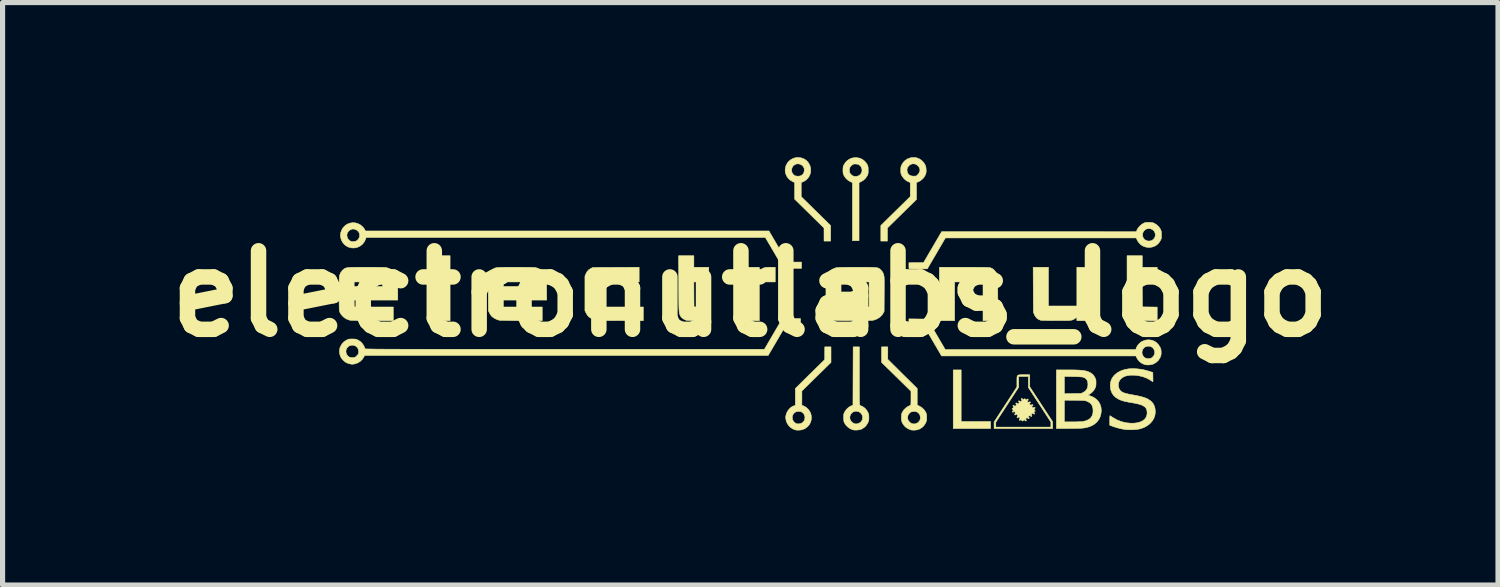
<source format=kicad_pcb>
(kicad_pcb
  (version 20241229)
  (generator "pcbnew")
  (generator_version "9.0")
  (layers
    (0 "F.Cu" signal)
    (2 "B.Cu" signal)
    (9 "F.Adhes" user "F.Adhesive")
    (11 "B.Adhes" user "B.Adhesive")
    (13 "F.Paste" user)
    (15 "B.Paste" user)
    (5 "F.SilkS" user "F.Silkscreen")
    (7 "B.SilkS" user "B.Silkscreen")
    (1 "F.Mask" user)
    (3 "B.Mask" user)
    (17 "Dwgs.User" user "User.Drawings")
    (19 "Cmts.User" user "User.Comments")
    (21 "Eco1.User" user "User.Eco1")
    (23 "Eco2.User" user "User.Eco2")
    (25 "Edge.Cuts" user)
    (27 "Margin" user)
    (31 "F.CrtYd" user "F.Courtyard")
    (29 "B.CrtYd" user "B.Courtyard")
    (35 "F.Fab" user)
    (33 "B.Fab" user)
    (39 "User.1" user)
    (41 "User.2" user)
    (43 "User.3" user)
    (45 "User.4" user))
  (footprint "electronutlabs_logo"
    (layer "F.Cu")
    (at 11.51 2.651)
    (property "Reference" "electronutlabs_logo" (at 0 0 0) (layer "F.SilkS") (effects (font (size 1.524 1.524) (thickness 0.3))))
    (attr through_hole)
    (fp_poly (pts (xy -5.826 0.522) (xy -6.122 0.522) (xy -6.122 -0.738) (xy -5.826 -0.738) (xy -5.826 0.522)) (stroke (width 0.01) (type solid)) (fill yes) (layer "F.SilkS"))
    (fp_poly (pts (xy 4.092 2.479) (xy 4.663 2.479) (xy 4.663 2.615) (xy 3.938 2.615) (xy 3.938 1.477) (xy 4.092 1.477) (xy 4.092 2.479)) (stroke (width 0.01) (type solid)) (fill yes) (layer "F.SilkS"))
    (fp_poly (pts (xy 0.176 -0.485) (xy 0.178 -0.455) (xy 0.215 -0.478) (xy 0.238 -0.492) (xy 0.259 -0.501) (xy 0.281 -0.508) (xy 0.307 -0.512) (xy 0.339 -0.514) (xy 0.382 -0.515) (xy 0.391 -0.515) (xy 0.484 -0.515) (xy 0.484 -0.23) (xy 0.175 -0.23) (xy 0.175 0.522) (xy -0.121 0.522) (xy -0.121 -0.515) (xy 0.174 -0.515) (xy 0.176 -0.485)) (stroke (width 0.01) (type solid)) (fill yes) (layer "F.SilkS"))
    (fp_poly (pts (xy 4.242 -0.515) (xy 4.323 -0.515) (xy 4.392 -0.514) (xy 4.451 -0.514) (xy 4.501 -0.514) (xy 4.541 -0.513) (xy 4.575 -0.512) (xy 4.601 -0.511) (xy 4.622 -0.51) (xy 4.638 -0.509) (xy 4.65 -0.507) (xy 4.659 -0.505) (xy 4.663 -0.504) (xy 4.702 -0.486) (xy 4.737 -0.456) (xy 4.767 -0.418) (xy 4.782 -0.391) (xy 4.801 -0.349) (xy 4.803 0.086) (xy 4.805 0.522) (xy 4.516 0.522) (xy 4.516 -0.23) (xy 3.965 -0.23) (xy 3.965 0.522) (xy 3.669 0.522) (xy 3.669 -0.515) (xy 4.148 -0.515) (xy 4.242 -0.515)) (stroke (width 0.01) (type solid)) (fill yes) (layer "F.SilkS"))
    (fp_poly (pts (xy -2.157 -0.23) (xy -2.916 -0.23) (xy -2.916 0.257) (xy -2.076 0.257) (xy -2.076 0.522) (xy -2.522 0.521) (xy -2.599 0.521) (xy -2.672 0.52) (xy -2.741 0.52) (xy -2.805 0.519) (xy -2.861 0.518) (xy -2.909 0.517) (xy -2.948 0.517) (xy -2.977 0.516) (xy -2.993 0.515) (xy -2.996 0.514) (xy -3.032 0.503) (xy -3.072 0.486) (xy -3.109 0.464) (xy -3.136 0.444) (xy -3.157 0.421) (xy -3.177 0.391) (xy -3.186 0.374) (xy -3.209 0.329) (xy -3.209 -0.342) (xy -3.193 -0.382) (xy -3.168 -0.429) (xy -3.134 -0.466) (xy -3.092 -0.493) (xy -3.054 -0.511) (xy -2.157 -0.515) (xy -2.157 -0.23)) (stroke (width 0.01) (type solid)) (fill yes) (layer "F.SilkS"))
    (fp_poly (pts (xy 5.312 1.571) (xy 5.423 1.571) (xy 5.423 1.688) (xy 5.423 1.805) (xy 5.866 2.482) (xy 5.866 2.548) (xy 5.866 2.615) (xy 4.731 2.615) (xy 4.731 2.493) (xy 4.764 2.493) (xy 4.764 2.587) (xy 5.833 2.587) (xy 5.833 2.489) (xy 5.396 1.819) (xy 5.396 1.605) (xy 5.208 1.605) (xy 5.208 1.813) (xy 4.986 2.153) (xy 4.764 2.493) (xy 4.731 2.493) (xy 4.731 2.487) (xy 5.174 1.808) (xy 5.174 1.703) (xy 5.174 1.659) (xy 5.175 1.626) (xy 5.178 1.602) (xy 5.186 1.587) (xy 5.2 1.577) (xy 5.222 1.573) (xy 5.254 1.571) (xy 5.296 1.571) (xy 5.312 1.571)) (stroke (width 0.01) (type solid)) (fill yes) (layer "F.SilkS"))
    (fp_poly (pts (xy 7.607 -0.515) (xy 7.896 -0.515) (xy 7.896 -0.23) (xy 7.606 -0.23) (xy 7.608 0.012) (xy 7.61 0.254) (xy 7.896 0.258) (xy 7.896 0.522) (xy 7.689 0.521) (xy 7.637 0.521) (xy 7.588 0.52) (xy 7.544 0.519) (xy 7.508 0.518) (xy 7.481 0.517) (xy 7.465 0.515) (xy 7.462 0.515) (xy 7.415 0.497) (xy 7.377 0.469) (xy 7.348 0.432) (xy 7.339 0.414) (xy 7.334 0.401) (xy 7.33 0.387) (xy 7.326 0.37) (xy 7.323 0.35) (xy 7.32 0.326) (xy 7.318 0.297) (xy 7.316 0.261) (xy 7.314 0.219) (xy 7.313 0.168) (xy 7.312 0.109) (xy 7.312 0.04) (xy 7.311 -0.04) (xy 7.311 -0.132) (xy 7.311 -0.236) (xy 7.311 -0.239) (xy 7.311 -0.738) (xy 7.607 -0.738) (xy 7.607 -0.515)) (stroke (width 0.01) (type solid)) (fill yes) (layer "F.SilkS"))
    (fp_poly (pts (xy -1.095 -0.515) (xy -0.806 -0.515) (xy -0.806 -0.23) (xy -1.095 -0.23) (xy -1.094 0.012) (xy -1.092 0.254) (xy -0.806 0.258) (xy -0.806 0.522) (xy -1.013 0.521) (xy -1.065 0.521) (xy -1.114 0.52) (xy -1.157 0.519) (xy -1.194 0.518) (xy -1.221 0.517) (xy -1.237 0.516) (xy -1.24 0.515) (xy -1.279 0.5) (xy -1.315 0.477) (xy -1.344 0.449) (xy -1.356 0.43) (xy -1.361 0.419) (xy -1.366 0.409) (xy -1.37 0.399) (xy -1.374 0.387) (xy -1.377 0.372) (xy -1.379 0.355) (xy -1.381 0.333) (xy -1.383 0.306) (xy -1.385 0.273) (xy -1.386 0.234) (xy -1.387 0.186) (xy -1.387 0.129) (xy -1.388 0.062) (xy -1.388 -0.015) (xy -1.389 -0.104) (xy -1.389 -0.198) (xy -1.392 -0.738) (xy -1.095 -0.738) (xy -1.095 -0.515)) (stroke (width 0.01) (type solid)) (fill yes) (layer "F.SilkS"))
    (fp_poly (pts (xy 5.786 0.237) (xy 6.337 0.237) (xy 6.337 -0.515) (xy 6.626 -0.515) (xy 6.626 0.522) (xy 6.337 0.522) (xy 6.337 0.491) (xy 6.336 0.473) (xy 6.334 0.462) (xy 6.333 0.461) (xy 6.326 0.464) (xy 6.311 0.473) (xy 6.298 0.482) (xy 6.284 0.491) (xy 6.271 0.499) (xy 6.258 0.505) (xy 6.242 0.51) (xy 6.223 0.514) (xy 6.199 0.517) (xy 6.169 0.519) (xy 6.132 0.52) (xy 6.086 0.521) (xy 6.03 0.521) (xy 5.962 0.521) (xy 5.934 0.521) (xy 5.874 0.521) (xy 5.817 0.52) (xy 5.765 0.519) (xy 5.719 0.518) (xy 5.682 0.517) (xy 5.655 0.516) (xy 5.638 0.515) (xy 5.636 0.514) (xy 5.592 0.497) (xy 5.555 0.469) (xy 5.525 0.429) (xy 5.509 0.395) (xy 5.493 0.356) (xy 5.491 -0.08) (xy 5.489 -0.515) (xy 5.786 -0.515) (xy 5.786 0.237)) (stroke (width 0.01) (type solid)) (fill yes) (layer "F.SilkS"))
    (fp_poly (pts (xy -7.668 -1.377) (xy -7.617 -1.363) (xy -7.568 -1.338) (xy -7.534 -1.31) (xy -7.513 -1.289) (xy -7.495 -1.267) (xy -7.483 -1.248) (xy -7.482 -1.247) (xy -7.47 -1.219) (xy 0.362 -1.219) (xy 0.538 -0.918) (xy 0.715 -0.616) (xy 0.994 -0.616) (xy 0.994 -0.494) (xy 0.642 -0.495) (xy 0.468 -0.793) (xy 0.293 -1.091) (xy -7.456 -1.091) (xy -7.467 -1.058) (xy -7.492 -1.005) (xy -7.528 -0.96) (xy -7.572 -0.926) (xy -7.625 -0.901) (xy -7.68 -0.889) (xy -7.735 -0.89) (xy -7.787 -0.902) (xy -7.835 -0.924) (xy -7.877 -0.957) (xy -7.912 -0.998) (xy -7.937 -1.048) (xy -7.946 -1.077) (xy -7.954 -1.129) (xy -7.953 -1.135) (xy -7.828 -1.135) (xy -7.822 -1.095) (xy -7.804 -1.06) (xy -7.775 -1.032) (xy -7.747 -1.016) (xy -7.723 -1.011) (xy -7.693 -1.013) (xy -7.662 -1.019) (xy -7.636 -1.03) (xy -7.634 -1.032) (xy -7.607 -1.058) (xy -7.589 -1.09) (xy -7.581 -1.127) (xy -7.584 -1.165) (xy -7.589 -1.181) (xy -7.607 -1.209) (xy -7.633 -1.232) (xy -7.665 -1.249) (xy -7.698 -1.257) (xy -7.723 -1.256) (xy -7.762 -1.242) (xy -7.793 -1.219) (xy -7.816 -1.188) (xy -7.827 -1.152) (xy -7.828 -1.135) (xy -7.953 -1.135) (xy -7.949 -1.181) (xy -7.931 -1.233) (xy -7.93 -1.236) (xy -7.901 -1.284) (xy -7.863 -1.323) (xy -7.82 -1.352) (xy -7.771 -1.371) (xy -7.72 -1.379) (xy -7.668 -1.377)) (stroke (width 0.01) (type solid)) (fill yes) (layer "F.SilkS"))
    (fp_poly (pts (xy 0.986 -2.638) (xy 1.036 -2.621) (xy 1.081 -2.593) (xy 1.119 -2.555) (xy 1.131 -2.538) (xy 1.157 -2.489) (xy 1.171 -2.436) (xy 1.173 -2.384) (xy 1.165 -2.332) (xy 1.145 -2.284) (xy 1.116 -2.241) (xy 1.078 -2.204) (xy 1.03 -2.176) (xy 1.025 -2.174) (xy 0.988 -2.158) (xy 0.988 -1.885) (xy 1.273 -1.605) (xy 1.559 -1.324) (xy 1.559 -1.023) (xy 1.431 -1.023) (xy 1.43 -1.277) (xy 0.86 -1.837) (xy 0.86 -2.159) (xy 0.817 -2.18) (xy 0.769 -2.209) (xy 0.731 -2.246) (xy 0.703 -2.29) (xy 0.684 -2.338) (xy 0.676 -2.389) (xy 0.677 -2.397) (xy 0.8 -2.397) (xy 0.805 -2.367) (xy 0.819 -2.337) (xy 0.839 -2.31) (xy 0.852 -2.299) (xy 0.879 -2.287) (xy 0.913 -2.282) (xy 0.948 -2.283) (xy 0.979 -2.29) (xy 0.995 -2.298) (xy 1.022 -2.321) (xy 1.038 -2.347) (xy 1.046 -2.381) (xy 1.047 -2.391) (xy 1.048 -2.417) (xy 1.044 -2.436) (xy 1.036 -2.455) (xy 1.033 -2.46) (xy 1.009 -2.49) (xy 0.977 -2.51) (xy 0.942 -2.521) (xy 0.906 -2.521) (xy 0.871 -2.511) (xy 0.84 -2.489) (xy 0.835 -2.485) (xy 0.817 -2.459) (xy 0.805 -2.427) (xy 0.8 -2.397) (xy 0.8 -2.397) (xy 0.677 -2.397) (xy 0.68 -2.44) (xy 0.694 -2.491) (xy 0.72 -2.538) (xy 0.742 -2.566) (xy 0.784 -2.602) (xy 0.831 -2.627) (xy 0.882 -2.642) (xy 0.935 -2.645) (xy 0.986 -2.638)) (stroke (width 0.01) (type solid)) (fill yes) (layer "F.SilkS"))
    (fp_poly (pts (xy 1.566 1.332) (xy 1.283 1.609) (xy 1.001 1.886) (xy 1.001 2.164) (xy 1.034 2.176) (xy 1.066 2.192) (xy 1.098 2.217) (xy 1.128 2.247) (xy 1.152 2.279) (xy 1.157 2.287) (xy 1.178 2.339) (xy 1.186 2.393) (xy 1.183 2.445) (xy 1.169 2.495) (xy 1.144 2.541) (xy 1.109 2.58) (xy 1.066 2.613) (xy 1.016 2.635) (xy 0.973 2.644) (xy 0.927 2.647) (xy 0.886 2.644) (xy 0.877 2.642) (xy 0.826 2.623) (xy 0.781 2.593) (xy 0.743 2.555) (xy 0.714 2.511) (xy 0.695 2.461) (xy 0.688 2.414) (xy 0.814 2.414) (xy 0.823 2.448) (xy 0.841 2.48) (xy 0.87 2.506) (xy 0.895 2.52) (xy 0.921 2.525) (xy 0.953 2.523) (xy 0.985 2.515) (xy 1.008 2.503) (xy 1.036 2.478) (xy 1.053 2.447) (xy 1.06 2.412) (xy 1.058 2.377) (xy 1.046 2.344) (xy 1.026 2.316) (xy 0.996 2.294) (xy 0.986 2.29) (xy 0.961 2.284) (xy 0.932 2.283) (xy 0.903 2.286) (xy 0.882 2.292) (xy 0.849 2.316) (xy 0.827 2.346) (xy 0.815 2.379) (xy 0.814 2.414) (xy 0.688 2.414) (xy 0.687 2.409) (xy 0.688 2.378) (xy 0.699 2.33) (xy 0.72 2.284) (xy 0.749 2.243) (xy 0.784 2.208) (xy 0.823 2.183) (xy 0.855 2.171) (xy 0.874 2.166) (xy 0.874 1.838) (xy 1.159 1.557) (xy 1.444 1.277) (xy 1.445 1.03) (xy 1.566 1.03) (xy 1.566 1.332)) (stroke (width 0.01) (type solid)) (fill yes) (layer "F.SilkS"))
    (fp_poly (pts (xy 3.437 0.491) (xy 3.782 1.08) (xy 7.48 1.08) (xy 7.493 1.045) (xy 7.515 1.004) (xy 7.547 0.966) (xy 7.586 0.934) (xy 7.61 0.921) (xy 7.665 0.9) (xy 7.72 0.893) (xy 7.774 0.897) (xy 7.826 0.913) (xy 7.873 0.94) (xy 7.913 0.978) (xy 7.946 1.025) (xy 7.955 1.042) (xy 7.964 1.065) (xy 7.97 1.087) (xy 7.972 1.112) (xy 7.973 1.138) (xy 7.972 1.169) (xy 7.97 1.191) (xy 7.964 1.211) (xy 7.954 1.234) (xy 7.951 1.24) (xy 7.92 1.29) (xy 7.878 1.33) (xy 7.829 1.36) (xy 7.794 1.372) (xy 7.752 1.379) (xy 7.708 1.381) (xy 7.667 1.377) (xy 7.649 1.372) (xy 7.596 1.348) (xy 7.551 1.314) (xy 7.515 1.27) (xy 7.497 1.238) (xy 7.482 1.206) (xy 3.711 1.206) (xy 3.676 1.145) (xy 7.601 1.145) (xy 7.608 1.181) (xy 7.613 1.191) (xy 7.635 1.224) (xy 7.664 1.246) (xy 7.7 1.257) (xy 7.732 1.258) (xy 7.759 1.255) (xy 7.778 1.25) (xy 7.795 1.239) (xy 7.799 1.235) (xy 7.828 1.205) (xy 7.844 1.171) (xy 7.849 1.134) (xy 7.842 1.098) (xy 7.824 1.064) (xy 7.806 1.045) (xy 7.776 1.026) (xy 7.741 1.017) (xy 7.704 1.018) (xy 7.669 1.028) (xy 7.64 1.048) (xy 7.618 1.076) (xy 7.604 1.11) (xy 7.601 1.145) (xy 3.676 1.145) (xy 3.537 0.908) (xy 3.363 0.61) (xy 3.078 0.61) (xy 3.078 0.487) (xy 3.437 0.491)) (stroke (width 0.01) (type solid)) (fill yes) (layer "F.SilkS"))
    (fp_poly (pts (xy -4.475 -0.515) (xy -4.404 -0.514) (xy -4.34 -0.514) (xy -4.284 -0.513) (xy -4.238 -0.512) (xy -4.202 -0.511) (xy -4.177 -0.509) (xy -4.166 -0.508) (xy -4.111 -0.491) (xy -4.061 -0.465) (xy -4.018 -0.429) (xy -3.984 -0.387) (xy -3.973 -0.367) (xy -3.954 -0.329) (xy -3.952 -0.103) (xy -3.95 0.122) (xy -4.791 0.122) (xy -4.791 0.257) (xy -4.038 0.257) (xy -4.038 0.522) (xy -4.44 0.521) (xy -4.513 0.521) (xy -4.583 0.52) (xy -4.648 0.52) (xy -4.708 0.519) (xy -4.76 0.518) (xy -4.804 0.517) (xy -4.838 0.516) (xy -4.861 0.515) (xy -4.871 0.514) (xy -4.907 0.503) (xy -4.947 0.486) (xy -4.984 0.464) (xy -5.011 0.444) (xy -5.032 0.421) (xy -5.052 0.391) (xy -5.061 0.374) (xy -5.083 0.329) (xy -5.085 0.02) (xy -5.086 -0.071) (xy -5.086 -0.149) (xy -5.085 -0.214) (xy -5.085 -0.23) (xy -4.791 -0.23) (xy -4.791 -0.142) (xy -4.24 -0.142) (xy -4.24 -0.23) (xy -4.791 -0.23) (xy -5.085 -0.23) (xy -5.084 -0.265) (xy -5.083 -0.303) (xy -5.08 -0.328) (xy -5.08 -0.333) (xy -5.066 -0.382) (xy -5.042 -0.427) (xy -5.011 -0.463) (xy -5.001 -0.472) (xy -4.989 -0.481) (xy -4.977 -0.489) (xy -4.965 -0.495) (xy -4.952 -0.5) (xy -4.935 -0.504) (xy -4.914 -0.508) (xy -4.888 -0.51) (xy -4.856 -0.512) (xy -4.816 -0.513) (xy -4.768 -0.514) (xy -4.709 -0.515) (xy -4.64 -0.515) (xy -4.558 -0.515) (xy -4.552 -0.515) (xy -4.475 -0.515)) (stroke (width 0.01) (type solid)) (fill yes) (layer "F.SilkS"))
    (fp_poly (pts (xy 2.074 -2.641) (xy 2.124 -2.631) (xy 2.171 -2.61) (xy 2.213 -2.579) (xy 2.249 -2.539) (xy 2.272 -2.501) (xy 2.28 -2.484) (xy 2.284 -2.467) (xy 2.287 -2.446) (xy 2.288 -2.417) (xy 2.288 -2.398) (xy 2.288 -2.365) (xy 2.286 -2.341) (xy 2.283 -2.323) (xy 2.278 -2.308) (xy 2.269 -2.29) (xy 2.237 -2.243) (xy 2.196 -2.204) (xy 2.151 -2.177) (xy 2.11 -2.157) (xy 2.11 -1.03) (xy 1.982 -1.03) (xy 1.982 -2.158) (xy 1.945 -2.174) (xy 1.901 -2.199) (xy 1.861 -2.234) (xy 1.829 -2.275) (xy 1.817 -2.298) (xy 1.807 -2.321) (xy 1.801 -2.341) (xy 1.799 -2.363) (xy 1.798 -2.393) (xy 1.798 -2.399) (xy 1.922 -2.399) (xy 1.924 -2.369) (xy 1.931 -2.346) (xy 1.931 -2.345) (xy 1.955 -2.313) (xy 1.986 -2.29) (xy 2.022 -2.278) (xy 2.061 -2.278) (xy 2.1 -2.29) (xy 2.102 -2.29) (xy 2.133 -2.312) (xy 2.154 -2.34) (xy 2.166 -2.372) (xy 2.168 -2.405) (xy 2.162 -2.438) (xy 2.147 -2.468) (xy 2.124 -2.493) (xy 2.094 -2.511) (xy 2.059 -2.518) (xy 2.035 -2.519) (xy 2.014 -2.518) (xy 2.006 -2.517) (xy 1.987 -2.508) (xy 1.965 -2.491) (xy 1.945 -2.471) (xy 1.932 -2.451) (xy 1.925 -2.428) (xy 1.922 -2.399) (xy 1.798 -2.399) (xy 1.798 -2.401) (xy 1.799 -2.433) (xy 1.801 -2.457) (xy 1.806 -2.477) (xy 1.815 -2.498) (xy 1.816 -2.5) (xy 1.846 -2.548) (xy 1.883 -2.586) (xy 1.927 -2.615) (xy 1.974 -2.634) (xy 2.024 -2.642) (xy 2.074 -2.641)) (stroke (width 0.01) (type solid)) (fill yes) (layer "F.SilkS"))
    (fp_poly (pts (xy 3.231 -2.638) (xy 3.281 -2.618) (xy 3.326 -2.587) (xy 3.365 -2.546) (xy 3.387 -2.512) (xy 3.399 -2.487) (xy 3.406 -2.466) (xy 3.41 -2.442) (xy 3.412 -2.411) (xy 3.413 -2.378) (xy 3.411 -2.353) (xy 3.406 -2.33) (xy 3.4 -2.315) (xy 3.378 -2.271) (xy 3.345 -2.231) (xy 3.305 -2.197) (xy 3.269 -2.177) (xy 3.225 -2.158) (xy 3.225 -1.831) (xy 2.943 -1.554) (xy 2.661 -1.277) (xy 2.661 -1.15) (xy 2.661 -1.023) (xy 2.533 -1.023) (xy 2.533 -1.325) (xy 3.104 -1.886) (xy 3.104 -2.158) (xy 3.068 -2.174) (xy 3.024 -2.198) (xy 2.984 -2.233) (xy 2.952 -2.274) (xy 2.941 -2.292) (xy 2.931 -2.313) (xy 2.925 -2.331) (xy 2.921 -2.349) (xy 2.92 -2.374) (xy 2.92 -2.398) (xy 2.92 -2.408) (xy 3.04 -2.408) (xy 3.044 -2.372) (xy 3.059 -2.334) (xy 3.083 -2.307) (xy 3.116 -2.29) (xy 3.157 -2.283) (xy 3.17 -2.283) (xy 3.196 -2.283) (xy 3.213 -2.285) (xy 3.226 -2.291) (xy 3.239 -2.301) (xy 3.243 -2.305) (xy 3.266 -2.331) (xy 3.283 -2.362) (xy 3.292 -2.393) (xy 3.292 -2.401) (xy 3.286 -2.436) (xy 3.268 -2.468) (xy 3.242 -2.495) (xy 3.208 -2.515) (xy 3.194 -2.519) (xy 3.157 -2.523) (xy 3.122 -2.515) (xy 3.091 -2.498) (xy 3.066 -2.473) (xy 3.048 -2.442) (xy 3.04 -2.408) (xy 2.92 -2.408) (xy 2.92 -2.431) (xy 2.922 -2.454) (xy 2.927 -2.474) (xy 2.934 -2.493) (xy 2.937 -2.499) (xy 2.968 -2.55) (xy 3.008 -2.59) (xy 3.056 -2.62) (xy 3.113 -2.64) (xy 3.123 -2.642) (xy 3.177 -2.646) (xy 3.231 -2.638)) (stroke (width 0.01) (type solid)) (fill yes) (layer "F.SilkS"))
    (fp_poly (pts (xy 2.668 1.272) (xy 2.953 1.555) (xy 3.239 1.837) (xy 3.239 2.159) (xy 3.282 2.18) (xy 3.329 2.209) (xy 3.37 2.247) (xy 3.4 2.291) (xy 3.406 2.302) (xy 3.415 2.323) (xy 3.42 2.344) (xy 3.423 2.367) (xy 3.424 2.399) (xy 3.424 2.401) (xy 3.423 2.432) (xy 3.421 2.455) (xy 3.416 2.474) (xy 3.407 2.495) (xy 3.402 2.507) (xy 3.371 2.557) (xy 3.331 2.596) (xy 3.284 2.625) (xy 3.23 2.642) (xy 3.188 2.646) (xy 3.154 2.646) (xy 3.124 2.643) (xy 3.108 2.639) (xy 3.052 2.614) (xy 3.005 2.58) (xy 2.968 2.536) (xy 2.951 2.506) (xy 2.943 2.487) (xy 2.937 2.469) (xy 2.934 2.449) (xy 2.933 2.422) (xy 2.933 2.401) (xy 2.933 2.392) (xy 3.052 2.392) (xy 3.055 2.43) (xy 3.07 2.465) (xy 3.089 2.488) (xy 3.122 2.513) (xy 3.159 2.525) (xy 3.197 2.524) (xy 3.224 2.516) (xy 3.26 2.495) (xy 3.285 2.466) (xy 3.298 2.43) (xy 3.3 2.405) (xy 3.295 2.365) (xy 3.279 2.331) (xy 3.254 2.305) (xy 3.221 2.288) (xy 3.199 2.284) (xy 3.153 2.285) (xy 3.116 2.295) (xy 3.087 2.317) (xy 3.065 2.35) (xy 3.063 2.353) (xy 3.052 2.392) (xy 2.933 2.392) (xy 2.934 2.368) (xy 2.935 2.344) (xy 2.939 2.325) (xy 2.946 2.307) (xy 2.95 2.3) (xy 2.977 2.256) (xy 3.015 2.218) (xy 3.06 2.186) (xy 3.106 2.165) (xy 3.11 2.163) (xy 3.113 2.157) (xy 3.115 2.147) (xy 3.117 2.131) (xy 3.117 2.106) (xy 3.118 2.071) (xy 3.118 2.026) (xy 3.118 1.891) (xy 2.833 1.611) (xy 2.547 1.331) (xy 2.547 1.18) (xy 2.547 1.03) (xy 2.668 1.03) (xy 2.668 1.272)) (stroke (width 0.01) (type solid)) (fill yes) (layer "F.SilkS"))
    (fp_poly (pts (xy 2.117 1.595) (xy 2.117 1.696) (xy 2.117 1.784) (xy 2.117 1.861) (xy 2.117 1.926) (xy 2.117 1.981) (xy 2.118 2.027) (xy 2.118 2.065) (xy 2.119 2.095) (xy 2.12 2.118) (xy 2.121 2.135) (xy 2.122 2.148) (xy 2.123 2.156) (xy 2.125 2.161) (xy 2.127 2.164) (xy 2.128 2.165) (xy 2.183 2.19) (xy 2.229 2.225) (xy 2.265 2.269) (xy 2.279 2.295) (xy 2.29 2.318) (xy 2.297 2.338) (xy 2.3 2.358) (xy 2.301 2.384) (xy 2.301 2.401) (xy 2.301 2.432) (xy 2.299 2.455) (xy 2.294 2.474) (xy 2.285 2.495) (xy 2.279 2.508) (xy 2.25 2.554) (xy 2.212 2.593) (xy 2.168 2.621) (xy 2.152 2.629) (xy 2.113 2.639) (xy 2.069 2.645) (xy 2.027 2.645) (xy 1.99 2.64) (xy 1.989 2.64) (xy 1.94 2.619) (xy 1.896 2.589) (xy 1.857 2.551) (xy 1.829 2.507) (xy 1.825 2.501) (xy 1.818 2.482) (xy 1.814 2.462) (xy 1.812 2.437) (xy 1.811 2.407) (xy 1.931 2.407) (xy 1.938 2.443) (xy 1.957 2.475) (xy 1.985 2.502) (xy 2.006 2.514) (xy 2.034 2.524) (xy 2.061 2.525) (xy 2.091 2.519) (xy 2.127 2.503) (xy 2.154 2.478) (xy 2.172 2.448) (xy 2.18 2.413) (xy 2.178 2.377) (xy 2.165 2.343) (xy 2.144 2.316) (xy 2.112 2.292) (xy 2.076 2.28) (xy 2.039 2.279) (xy 2.003 2.29) (xy 1.971 2.312) (xy 1.951 2.336) (xy 1.935 2.371) (xy 1.931 2.407) (xy 1.811 2.407) (xy 1.811 2.403) (xy 1.811 2.401) (xy 1.812 2.368) (xy 1.813 2.343) (xy 1.817 2.325) (xy 1.824 2.307) (xy 1.828 2.3) (xy 1.849 2.265) (xy 1.878 2.231) (xy 1.911 2.202) (xy 1.945 2.181) (xy 1.955 2.176) (xy 1.992 2.162) (xy 1.994 1.596) (xy 1.996 1.03) (xy 2.117 1.03) (xy 2.117 1.595)) (stroke (width 0.01) (type solid)) (fill yes) (layer "F.SilkS"))
    (fp_poly (pts (xy 7.767 -1.385) (xy 7.791 -1.383) (xy 7.809 -1.38) (xy 7.826 -1.374) (xy 7.843 -1.366) (xy 7.886 -1.339) (xy 7.924 -1.303) (xy 7.954 -1.262) (xy 7.962 -1.246) (xy 7.97 -1.227) (xy 7.976 -1.208) (xy 7.978 -1.187) (xy 7.979 -1.158) (xy 7.979 -1.141) (xy 7.979 -1.109) (xy 7.977 -1.086) (xy 7.974 -1.068) (xy 7.967 -1.051) (xy 7.961 -1.038) (xy 7.93 -0.99) (xy 7.892 -0.952) (xy 7.857 -0.929) (xy 7.804 -0.908) (xy 7.75 -0.899) (xy 7.696 -0.902) (xy 7.645 -0.915) (xy 7.597 -0.939) (xy 7.556 -0.973) (xy 7.522 -1.016) (xy 7.508 -1.042) (xy 7.489 -1.084) (xy 5.638 -1.084) (xy 3.786 -1.084) (xy 3.611 -0.784) (xy 3.435 -0.484) (xy 3.261 -0.482) (xy 3.214 -0.482) (xy 3.171 -0.482) (xy 3.135 -0.483) (xy 3.107 -0.483) (xy 3.089 -0.484) (xy 3.082 -0.485) (xy 3.08 -0.494) (xy 3.078 -0.512) (xy 3.078 -0.537) (xy 3.078 -0.546) (xy 3.078 -0.603) (xy 3.22 -0.604) (xy 3.363 -0.606) (xy 3.538 -0.906) (xy 3.682 -1.152) (xy 7.61 -1.152) (xy 7.614 -1.114) (xy 7.631 -1.076) (xy 7.633 -1.074) (xy 7.658 -1.048) (xy 7.69 -1.031) (xy 7.727 -1.023) (xy 7.765 -1.026) (xy 7.794 -1.036) (xy 7.825 -1.059) (xy 7.847 -1.088) (xy 7.858 -1.121) (xy 7.859 -1.156) (xy 7.851 -1.19) (xy 7.833 -1.221) (xy 7.805 -1.245) (xy 7.793 -1.252) (xy 7.753 -1.265) (xy 7.714 -1.265) (xy 7.678 -1.253) (xy 7.646 -1.228) (xy 7.642 -1.224) (xy 7.62 -1.189) (xy 7.61 -1.152) (xy 3.682 -1.152) (xy 3.713 -1.205) (xy 7.491 -1.206) (xy 7.504 -1.239) (xy 7.525 -1.276) (xy 7.555 -1.311) (xy 7.591 -1.343) (xy 7.623 -1.364) (xy 7.643 -1.374) (xy 7.659 -1.38) (xy 7.676 -1.383) (xy 7.698 -1.385) (xy 7.729 -1.385) (xy 7.734 -1.385) (xy 7.767 -1.385)) (stroke (width 0.01) (type solid)) (fill yes) (layer "F.SilkS"))
    (fp_poly (pts (xy -7.371 -0.515) (xy -7.3 -0.514) (xy -7.236 -0.514) (xy -7.18 -0.513) (xy -7.134 -0.512) (xy -7.098 -0.511) (xy -7.073 -0.509) (xy -7.062 -0.508) (xy -7.009 -0.492) (xy -6.96 -0.466) (xy -6.918 -0.433) (xy -6.884 -0.393) (xy -6.871 -0.37) (xy -6.863 -0.35) (xy -6.856 -0.328) (xy -6.851 -0.301) (xy -6.847 -0.268) (xy -6.844 -0.228) (xy -6.842 -0.179) (xy -6.841 -0.119) (xy -6.841 -0.056) (xy -6.841 0.122) (xy -7.688 0.122) (xy -7.686 0.188) (xy -7.684 0.254) (xy -7.306 0.256) (xy -6.928 0.257) (xy -6.928 0.522) (xy -7.333 0.521) (xy -7.406 0.521) (xy -7.476 0.52) (xy -7.542 0.52) (xy -7.602 0.519) (xy -7.654 0.518) (xy -7.699 0.517) (xy -7.733 0.516) (xy -7.757 0.515) (xy -7.768 0.514) (xy -7.815 0.499) (xy -7.862 0.475) (xy -7.903 0.443) (xy -7.938 0.405) (xy -7.962 0.365) (xy -7.964 0.36) (xy -7.968 0.351) (xy -7.971 0.342) (xy -7.973 0.332) (xy -7.975 0.32) (xy -7.976 0.304) (xy -7.978 0.284) (xy -7.978 0.257) (xy -7.979 0.223) (xy -7.979 0.181) (xy -7.979 0.128) (xy -7.979 0.065) (xy -7.979 -0.003) (xy -7.979 -0.08) (xy -7.979 -0.143) (xy -7.979 -0.196) (xy -7.979 -0.23) (xy -7.687 -0.23) (xy -7.687 -0.142) (xy -7.136 -0.142) (xy -7.136 -0.23) (xy -7.687 -0.23) (xy -7.979 -0.23) (xy -7.978 -0.239) (xy -7.978 -0.274) (xy -7.977 -0.301) (xy -7.975 -0.322) (xy -7.974 -0.338) (xy -7.972 -0.351) (xy -7.969 -0.362) (xy -7.968 -0.366) (xy -7.948 -0.412) (xy -7.918 -0.452) (xy -7.89 -0.477) (xy -7.878 -0.485) (xy -7.867 -0.492) (xy -7.855 -0.497) (xy -7.841 -0.502) (xy -7.824 -0.506) (xy -7.803 -0.509) (xy -7.777 -0.511) (xy -7.744 -0.513) (xy -7.704 -0.514) (xy -7.654 -0.514) (xy -7.595 -0.515) (xy -7.524 -0.515) (xy -7.449 -0.515) (xy -7.371 -0.515)) (stroke (width 0.01) (type solid)) (fill yes) (layer "F.SilkS"))
    (fp_poly (pts (xy 2.157 -0.515) (xy 2.229 -0.515) (xy 2.29 -0.514) (xy 2.34 -0.514) (xy 2.382 -0.512) (xy 2.416 -0.51) (xy 2.443 -0.508) (xy 2.465 -0.504) (xy 2.482 -0.499) (xy 2.496 -0.493) (xy 2.507 -0.486) (xy 2.518 -0.477) (xy 2.529 -0.467) (xy 2.538 -0.457) (xy 2.56 -0.432) (xy 2.574 -0.409) (xy 2.585 -0.38) (xy 2.587 -0.374) (xy 2.59 -0.363) (xy 2.593 -0.352) (xy 2.595 -0.34) (xy 2.597 -0.326) (xy 2.598 -0.308) (xy 2.599 -0.284) (xy 2.599 -0.255) (xy 2.6 -0.218) (xy 2.6 -0.172) (xy 2.6 -0.116) (xy 2.599 -0.049) (xy 2.599 0.007) (xy 2.597 0.342) (xy 2.579 0.377) (xy 2.55 0.419) (xy 2.51 0.456) (xy 2.463 0.486) (xy 2.411 0.507) (xy 2.383 0.514) (xy 2.368 0.516) (xy 2.341 0.517) (xy 2.304 0.518) (xy 2.259 0.519) (xy 2.207 0.52) (xy 2.15 0.52) (xy 2.088 0.521) (xy 2.025 0.521) (xy 1.961 0.521) (xy 1.897 0.521) (xy 1.837 0.52) (xy 1.78 0.52) (xy 1.729 0.519) (xy 1.684 0.518) (xy 1.649 0.517) (xy 1.624 0.516) (xy 1.611 0.514) (xy 1.611 0.514) (xy 1.564 0.497) (xy 1.525 0.469) (xy 1.496 0.431) (xy 1.48 0.396) (xy 1.477 0.388) (xy 1.475 0.377) (xy 1.473 0.365) (xy 1.472 0.348) (xy 1.471 0.326) (xy 1.47 0.297) (xy 1.469 0.262) (xy 1.469 0.217) (xy 1.468 0.163) (xy 1.468 0.097) (xy 1.468 0.02) (xy 1.468 -0.23) (xy 1.761 -0.23) (xy 1.761 0.257) (xy 2.305 0.257) (xy 2.305 -0.23) (xy 1.761 -0.23) (xy 1.468 -0.23) (xy 1.468 -0.322) (xy 1.488 -0.364) (xy 1.516 -0.411) (xy 1.555 -0.45) (xy 1.603 -0.481) (xy 1.657 -0.503) (xy 1.68 -0.508) (xy 1.694 -0.509) (xy 1.721 -0.511) (xy 1.76 -0.512) (xy 1.808 -0.513) (xy 1.866 -0.514) (xy 1.932 -0.514) (xy 2.004 -0.515) (xy 2.073 -0.515) (xy 2.157 -0.515)) (stroke (width 0.01) (type solid)) (fill yes) (layer "F.SilkS"))
    (fp_poly (pts (xy 6.14 1.477) (xy 6.224 1.477) (xy 6.295 1.478) (xy 6.356 1.48) (xy 6.408 1.483) (xy 6.451 1.487) (xy 6.488 1.493) (xy 6.521 1.5) (xy 6.549 1.509) (xy 6.575 1.519) (xy 6.592 1.528) (xy 6.634 1.554) (xy 6.665 1.586) (xy 6.687 1.624) (xy 6.698 1.647) (xy 6.705 1.666) (xy 6.708 1.687) (xy 6.709 1.713) (xy 6.709 1.73) (xy 6.708 1.763) (xy 6.706 1.788) (xy 6.7 1.808) (xy 6.692 1.829) (xy 6.666 1.874) (xy 6.633 1.911) (xy 6.595 1.941) (xy 6.576 1.954) (xy 6.564 1.963) (xy 6.56 1.968) (xy 6.567 1.971) (xy 6.583 1.977) (xy 6.605 1.984) (xy 6.605 1.984) (xy 6.665 2.011) (xy 6.716 2.047) (xy 6.757 2.091) (xy 6.786 2.142) (xy 6.805 2.199) (xy 6.811 2.262) (xy 6.807 2.316) (xy 6.792 2.38) (xy 6.765 2.437) (xy 6.727 2.487) (xy 6.679 2.529) (xy 6.621 2.563) (xy 6.554 2.588) (xy 6.478 2.604) (xy 6.452 2.607) (xy 6.428 2.609) (xy 6.392 2.611) (xy 6.348 2.612) (xy 6.297 2.613) (xy 6.242 2.614) (xy 6.185 2.614) (xy 6.161 2.615) (xy 5.94 2.615) (xy 5.94 2.486) (xy 6.095 2.486) (xy 6.254 2.486) (xy 6.321 2.485) (xy 6.378 2.483) (xy 6.424 2.481) (xy 6.457 2.477) (xy 6.465 2.476) (xy 6.523 2.461) (xy 6.571 2.437) (xy 6.608 2.406) (xy 6.633 2.367) (xy 6.648 2.32) (xy 6.652 2.275) (xy 6.648 2.221) (xy 6.636 2.176) (xy 6.614 2.14) (xy 6.582 2.111) (xy 6.539 2.088) (xy 6.534 2.086) (xy 6.522 2.081) (xy 6.51 2.078) (xy 6.497 2.075) (xy 6.481 2.073) (xy 6.46 2.071) (xy 6.432 2.07) (xy 6.395 2.069) (xy 6.349 2.068) (xy 6.295 2.067) (xy 6.095 2.065) (xy 6.095 2.486) (xy 5.94 2.486) (xy 5.94 1.938) (xy 6.095 1.938) (xy 6.258 1.936) (xy 6.421 1.934) (xy 6.459 1.915) (xy 6.498 1.89) (xy 6.525 1.86) (xy 6.543 1.823) (xy 6.551 1.777) (xy 6.552 1.755) (xy 6.548 1.714) (xy 6.537 1.681) (xy 6.517 1.654) (xy 6.514 1.651) (xy 6.5 1.639) (xy 6.486 1.63) (xy 6.47 1.623) (xy 6.449 1.617) (xy 6.423 1.613) (xy 6.389 1.611) (xy 6.347 1.609) (xy 6.293 1.607) (xy 6.264 1.607) (xy 6.095 1.604) (xy 6.095 1.938) (xy 5.94 1.938) (xy 5.94 1.477) (xy 6.14 1.477)) (stroke (width 0.01) (type solid)) (fill yes) (layer "F.SilkS"))
    (fp_poly (pts (xy 0.974 0.603) (xy 0.695 0.603) (xy 0.521 0.901) (xy 0.346 1.199) (xy -7.485 1.199) (xy -7.502 1.231) (xy -7.531 1.275) (xy -7.571 1.312) (xy -7.618 1.341) (xy -7.67 1.359) (xy -7.68 1.361) (xy -7.704 1.366) (xy -7.722 1.367) (xy -7.739 1.366) (xy -7.761 1.362) (xy -7.775 1.359) (xy -7.818 1.346) (xy -7.854 1.328) (xy -7.888 1.301) (xy -7.903 1.287) (xy -7.936 1.247) (xy -7.958 1.205) (xy -7.969 1.157) (xy -7.972 1.116) (xy -7.971 1.111) (xy -7.847 1.111) (xy -7.844 1.146) (xy -7.831 1.179) (xy -7.809 1.208) (xy -7.781 1.228) (xy -7.755 1.236) (xy -7.724 1.239) (xy -7.693 1.237) (xy -7.668 1.23) (xy -7.668 1.23) (xy -7.648 1.215) (xy -7.628 1.195) (xy -7.611 1.173) (xy -7.602 1.154) (xy -7.601 1.137) (xy -7.601 1.114) (xy -7.601 1.104) (xy -7.611 1.068) (xy -7.63 1.038) (xy -7.658 1.015) (xy -7.69 1.001) (xy -7.726 0.997) (xy -7.763 1.003) (xy -7.795 1.019) (xy -7.823 1.045) (xy -7.84 1.076) (xy -7.847 1.111) (xy -7.971 1.111) (xy -7.971 1.088) (xy -7.968 1.067) (xy -7.962 1.046) (xy -7.951 1.021) (xy -7.947 1.013) (xy -7.921 0.969) (xy -7.89 0.935) (xy -7.849 0.907) (xy -7.829 0.896) (xy -7.809 0.887) (xy -7.792 0.881) (xy -7.772 0.878) (xy -7.745 0.877) (xy -7.724 0.877) (xy -7.691 0.878) (xy -7.667 0.879) (xy -7.648 0.883) (xy -7.629 0.89) (xy -7.619 0.895) (xy -7.591 0.911) (xy -7.564 0.93) (xy -7.55 0.942) (xy -7.532 0.962) (xy -7.514 0.987) (xy -7.497 1.015) (xy -7.485 1.04) (xy -7.479 1.061) (xy -7.479 1.064) (xy -7.479 1.065) (xy -7.478 1.066) (xy -7.476 1.067) (xy -7.472 1.068) (xy -7.467 1.068) (xy -7.46 1.069) (xy -7.45 1.07) (xy -7.438 1.07) (xy -7.422 1.071) (xy -7.404 1.071) (xy -7.381 1.072) (xy -7.355 1.072) (xy -7.324 1.073) (xy -7.289 1.073) (xy -7.249 1.074) (xy -7.204 1.074) (xy -7.153 1.074) (xy -7.096 1.075) (xy -7.032 1.075) (xy -6.963 1.075) (xy -6.886 1.075) (xy -6.802 1.076) (xy -6.711 1.076) (xy -6.612 1.076) (xy -6.504 1.076) (xy -6.389 1.076) (xy -6.264 1.076) (xy -6.13 1.077) (xy -5.987 1.077) (xy -5.834 1.077) (xy -5.671 1.077) (xy -5.497 1.077) (xy -5.313 1.077) (xy -5.117 1.077) (xy -4.91 1.077) (xy -4.692 1.077) (xy -4.461 1.077) (xy -4.218 1.077) (xy -3.963 1.077) (xy -3.694 1.077) (xy 0.274 1.077) (xy 0.622 0.481) (xy 0.798 0.481) (xy 0.974 0.481) (xy 0.974 0.603)) (stroke (width 0.01) (type solid)) (fill yes) (layer "F.SilkS"))
    (fp_poly (pts (xy 7.5 1.456) (xy 7.568 1.463) (xy 7.627 1.473) (xy 7.684 1.487) (xy 7.741 1.504) (xy 7.747 1.506) (xy 7.812 1.527) (xy 7.813 1.617) (xy 7.814 1.65) (xy 7.814 1.678) (xy 7.814 1.697) (xy 7.813 1.707) (xy 7.812 1.707) (xy 7.806 1.703) (xy 7.791 1.694) (xy 7.772 1.681) (xy 7.77 1.68) (xy 7.698 1.639) (xy 7.618 1.609) (xy 7.532 1.589) (xy 7.451 1.58) (xy 7.383 1.58) (xy 7.325 1.586) (xy 7.275 1.599) (xy 7.232 1.62) (xy 7.2 1.642) (xy 7.171 1.674) (xy 7.152 1.712) (xy 7.143 1.754) (xy 7.144 1.796) (xy 7.155 1.837) (xy 7.176 1.872) (xy 7.182 1.879) (xy 7.197 1.893) (xy 7.214 1.905) (xy 7.235 1.916) (xy 7.262 1.926) (xy 7.296 1.935) (xy 7.338 1.946) (xy 7.391 1.956) (xy 7.449 1.967) (xy 7.522 1.981) (xy 7.583 1.995) (xy 7.634 2.01) (xy 7.677 2.025) (xy 7.713 2.042) (xy 7.744 2.061) (xy 7.772 2.082) (xy 7.785 2.094) (xy 7.814 2.126) (xy 7.834 2.162) (xy 7.849 2.205) (xy 7.856 2.241) (xy 7.86 2.303) (xy 7.851 2.363) (xy 7.83 2.42) (xy 7.798 2.472) (xy 7.756 2.519) (xy 7.705 2.559) (xy 7.644 2.593) (xy 7.576 2.618) (xy 7.563 2.621) (xy 7.524 2.629) (xy 7.476 2.634) (xy 7.422 2.638) (xy 7.368 2.639) (xy 7.317 2.637) (xy 7.287 2.635) (xy 7.211 2.623) (xy 7.131 2.604) (xy 7.054 2.58) (xy 7.04 2.575) (xy 6.975 2.551) (xy 6.975 2.457) (xy 6.975 2.423) (xy 6.976 2.395) (xy 6.978 2.375) (xy 6.979 2.366) (xy 6.98 2.365) (xy 6.987 2.37) (xy 7.003 2.38) (xy 7.025 2.394) (xy 7.035 2.401) (xy 7.116 2.447) (xy 7.203 2.481) (xy 7.294 2.503) (xy 7.375 2.511) (xy 7.449 2.511) (xy 7.515 2.502) (xy 7.572 2.485) (xy 7.619 2.462) (xy 7.656 2.431) (xy 7.682 2.393) (xy 7.697 2.35) (xy 7.701 2.312) (xy 7.696 2.265) (xy 7.683 2.227) (xy 7.659 2.197) (xy 7.623 2.173) (xy 7.62 2.171) (xy 7.598 2.161) (xy 7.575 2.152) (xy 7.547 2.144) (xy 7.513 2.135) (xy 7.47 2.126) (xy 7.417 2.116) (xy 7.398 2.113) (xy 7.341 2.103) (xy 7.295 2.094) (xy 7.258 2.086) (xy 7.227 2.077) (xy 7.2 2.068) (xy 7.175 2.058) (xy 7.152 2.048) (xy 7.097 2.016) (xy 7.053 1.976) (xy 7.019 1.928) (xy 6.997 1.872) (xy 6.988 1.83) (xy 6.984 1.768) (xy 6.993 1.707) (xy 7.014 1.651) (xy 7.047 1.6) (xy 7.075 1.57) (xy 7.132 1.526) (xy 7.198 1.492) (xy 7.272 1.468) (xy 7.353 1.455) (xy 7.442 1.452) (xy 7.5 1.456)) (stroke (width 0.01) (type solid)) (fill yes) (layer "F.SilkS"))
    (fp_poly (pts (xy 5.276 2.032) (xy 5.282 2.039) (xy 5.291 2.05) (xy 5.3 2.05) (xy 5.31 2.044) (xy 5.323 2.037) (xy 5.332 2.039) (xy 5.341 2.047) (xy 5.351 2.057) (xy 5.359 2.057) (xy 5.369 2.049) (xy 5.38 2.041) (xy 5.386 2.042) (xy 5.389 2.046) (xy 5.395 2.059) (xy 5.391 2.066) (xy 5.386 2.068) (xy 5.377 2.077) (xy 5.378 2.09) (xy 5.386 2.1) (xy 5.397 2.106) (xy 5.41 2.101) (xy 5.41 2.101) (xy 5.424 2.096) (xy 5.433 2.1) (xy 5.438 2.107) (xy 5.434 2.115) (xy 5.428 2.12) (xy 5.413 2.132) (xy 5.429 2.15) (xy 5.44 2.161) (xy 5.448 2.163) (xy 5.457 2.157) (xy 5.458 2.156) (xy 5.468 2.149) (xy 5.476 2.151) (xy 5.481 2.155) (xy 5.488 2.164) (xy 5.483 2.17) (xy 5.477 2.174) (xy 5.466 2.182) (xy 5.465 2.191) (xy 5.473 2.204) (xy 5.482 2.213) (xy 5.492 2.212) (xy 5.5 2.208) (xy 5.514 2.202) (xy 5.523 2.205) (xy 5.525 2.208) (xy 5.529 2.216) (xy 5.522 2.224) (xy 5.519 2.226) (xy 5.504 2.237) (xy 5.517 2.256) (xy 5.531 2.275) (xy 5.517 2.283) (xy 5.505 2.293) (xy 5.506 2.306) (xy 5.514 2.317) (xy 5.522 2.327) (xy 5.519 2.332) (xy 5.514 2.334) (xy 5.5 2.333) (xy 5.489 2.326) (xy 5.479 2.318) (xy 5.472 2.319) (xy 5.462 2.329) (xy 5.452 2.339) (xy 5.452 2.347) (xy 5.459 2.356) (xy 5.466 2.366) (xy 5.464 2.373) (xy 5.459 2.378) (xy 5.45 2.383) (xy 5.442 2.378) (xy 5.437 2.372) (xy 5.429 2.363) (xy 5.422 2.362) (xy 5.41 2.37) (xy 5.409 2.37) (xy 5.398 2.38) (xy 5.397 2.387) (xy 5.405 2.397) (xy 5.406 2.398) (xy 5.414 2.409) (xy 5.413 2.415) (xy 5.409 2.418) (xy 5.395 2.424) (xy 5.387 2.419) (xy 5.385 2.415) (xy 5.376 2.405) (xy 5.364 2.408) (xy 5.352 2.418) (xy 5.344 2.429) (xy 5.345 2.437) (xy 5.351 2.444) (xy 5.359 2.454) (xy 5.356 2.462) (xy 5.352 2.465) (xy 5.343 2.47) (xy 5.334 2.464) (xy 5.33 2.459) (xy 5.318 2.444) (xy 5.301 2.458) (xy 5.284 2.471) (xy 5.27 2.458) (xy 5.258 2.448) (xy 5.247 2.449) (xy 5.241 2.452) (xy 5.226 2.456) (xy 5.217 2.451) (xy 5.219 2.44) (xy 5.224 2.432) (xy 5.232 2.42) (xy 5.23 2.411) (xy 5.227 2.406) (xy 5.219 2.396) (xy 5.217 2.392) (xy 5.21 2.393) (xy 5.198 2.4) (xy 5.198 2.4) (xy 5.185 2.408) (xy 5.179 2.407) (xy 5.176 2.401) (xy 5.177 2.388) (xy 5.183 2.378) (xy 5.19 2.368) (xy 5.188 2.359) (xy 5.184 2.352) (xy 5.17 2.339) (xy 5.156 2.339) (xy 5.147 2.347) (xy 5.139 2.354) (xy 5.134 2.35) (xy 5.132 2.347) (xy 5.131 2.333) (xy 5.136 2.324) (xy 5.143 2.314) (xy 5.141 2.305) (xy 5.136 2.297) (xy 5.128 2.287) (xy 5.119 2.287) (xy 5.11 2.292) (xy 5.098 2.299) (xy 5.09 2.296) (xy 5.087 2.294) (xy 5.085 2.284) (xy 5.093 2.273) (xy 5.094 2.272) (xy 5.107 2.26) (xy 5.079 2.23) (xy 5.098 2.216) (xy 5.11 2.207) (xy 5.113 2.2) (xy 5.106 2.191) (xy 5.104 2.188) (xy 5.096 2.176) (xy 5.098 2.167) (xy 5.099 2.166) (xy 5.108 2.162) (xy 5.119 2.17) (xy 5.134 2.18) (xy 5.146 2.178) (xy 5.156 2.169) (xy 5.163 2.158) (xy 5.161 2.148) (xy 5.158 2.143) (xy 5.152 2.13) (xy 5.155 2.122) (xy 5.163 2.117) (xy 5.173 2.122) (xy 5.177 2.126) (xy 5.187 2.135) (xy 5.196 2.135) (xy 5.208 2.127) (xy 5.219 2.118) (xy 5.22 2.111) (xy 5.211 2.1) (xy 5.211 2.1) (xy 5.203 2.089) (xy 5.204 2.082) (xy 5.208 2.079) (xy 5.221 2.078) (xy 5.228 2.083) (xy 5.241 2.092) (xy 5.252 2.09) (xy 5.263 2.082) (xy 5.271 2.072) (xy 5.269 2.064) (xy 5.264 2.058) (xy 5.257 2.047) (xy 5.26 2.038) (xy 5.262 2.035) (xy 5.269 2.028) (xy 5.276 2.032)) (stroke (width 0.01) (type solid)) (fill yes) (layer "F.SilkS")))
  (gr_rect
    (start -3 -3)
    (end 26.02 8.303)
    (stroke (width 0.1) (type default))
    (fill no)
    (layer "Edge.Cuts")))
</source>
